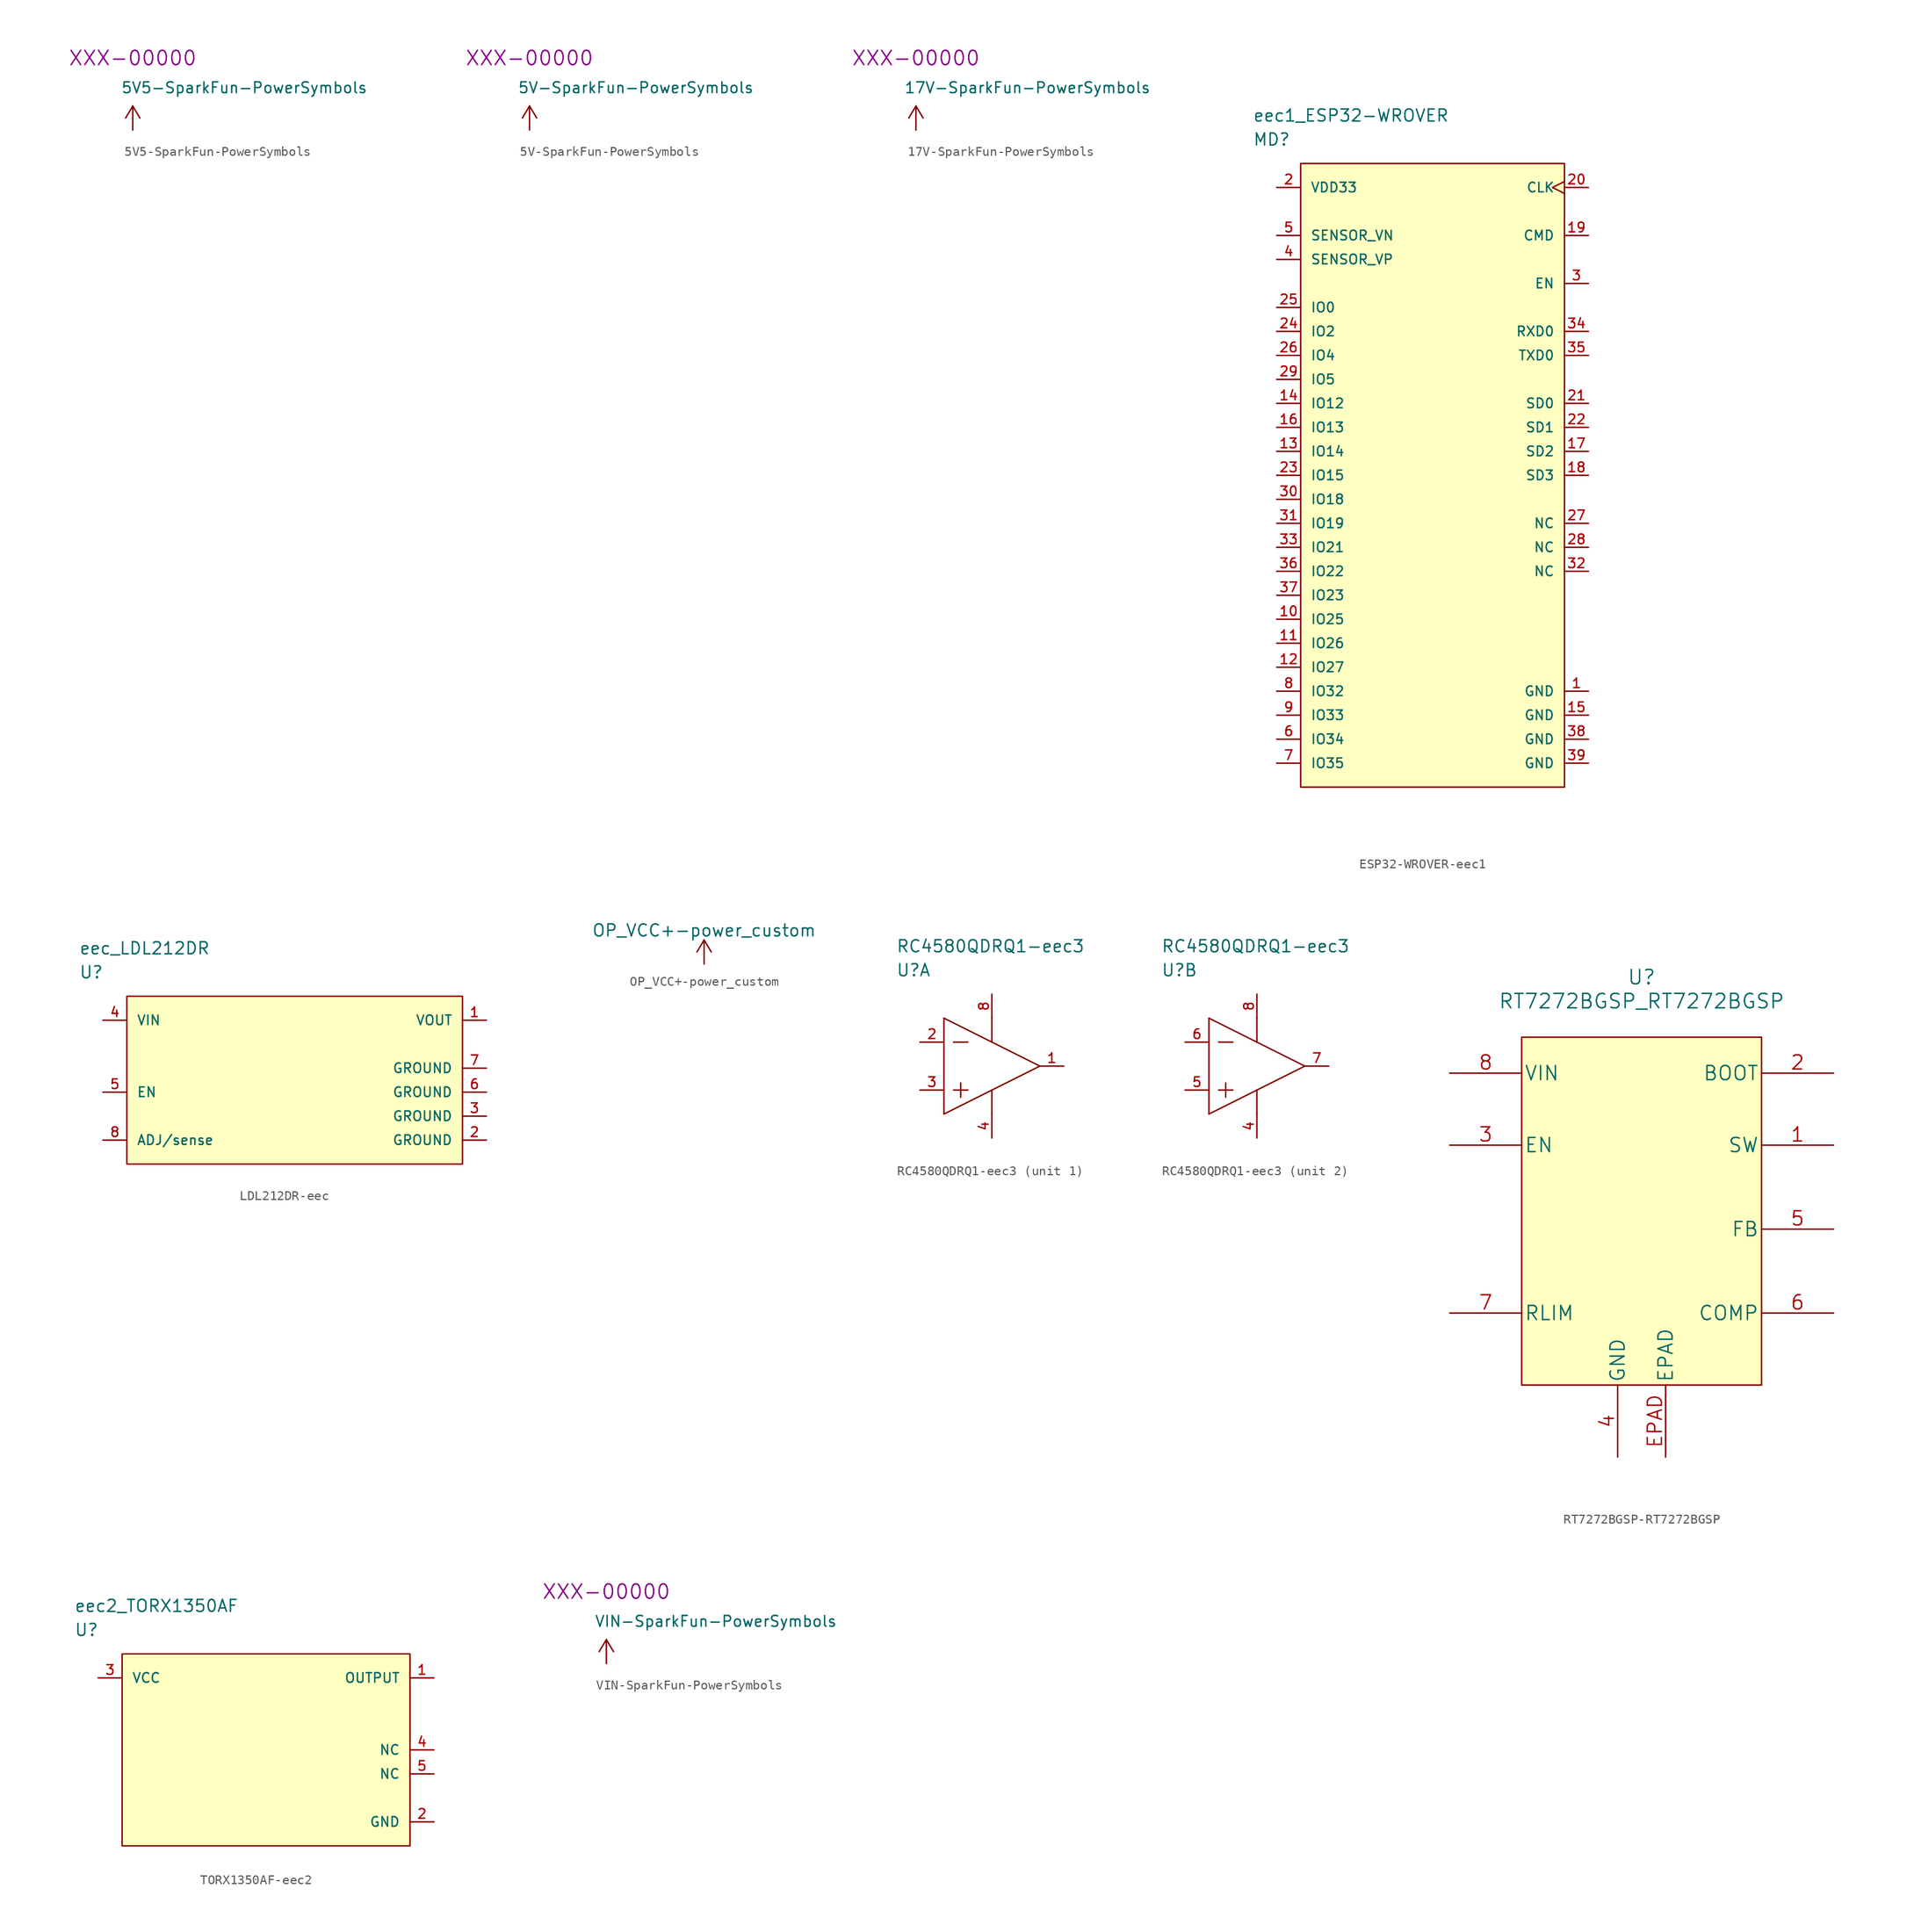
<source format=kicad_sym>
(kicad_symbol_lib
  (version 20220914)
  (generator kicad_symbol_editor)
  (symbol "5V5-SparkFun-PowerSymbols"
    (power)
    (pin_numbers hide)
    (pin_names
      (offset 1.016) hide)
    (property "Reference" "#SUPPLY"
      (at 1.27 0 0)
      (effects (font (size 1.143 1.143)) (justify left bottom) hide))
    (property "Value" "5V5-SparkFun-PowerSymbols"
      (at -1.27 3.81 0)
      (effects (font (size 1.143 1.143)) (justify left bottom)))
    (property "Footprint" "XXX-00000"
      (at 0 7.62 0)
      (effects (font (size 1.524 1.524))))
    (property "ki_locked" ""
      (at 0 0 0)
      (effects (font (size 1.27 1.27))))
    (symbol "5V5-SparkFun-PowerSymbols_1_0"
      (polyline (pts (xy 0 0) (xy 0 2.54)) (stroke (width 0) (type solid)) (fill (type none)))
      (polyline (pts (xy 0 2.54) (xy -0.762 1.27)) (stroke (width 0) (type solid)) (fill (type none)))
      (polyline (pts (xy 0.762 1.27) (xy 0 2.54)) (stroke (width 0) (type solid)) (fill (type none))))
    (symbol "5V5-SparkFun-PowerSymbols_1_1"
      (pin power_in line (at 0 0 90) (length 0) hide (name "VDD" (effects (font (size 1.016 1.016)))) (number "~" (effects (font (size 1.016 1.016)))))))
  (symbol "5V-SparkFun-PowerSymbols"
    (power)
    (pin_numbers hide)
    (pin_names
      (offset 1.016) hide)
    (property "Reference" "#SUPPLY"
      (at 1.27 0 0)
      (effects (font (size 1.143 1.143)) (justify left bottom) hide))
    (property "Value" "5V-SparkFun-PowerSymbols"
      (at -1.27 3.81 0)
      (effects (font (size 1.143 1.143)) (justify left bottom)))
    (property "Footprint" "XXX-00000"
      (at 0 7.62 0)
      (effects (font (size 1.524 1.524))))
    (property "ki_locked" ""
      (at 0 0 0)
      (effects (font (size 1.27 1.27))))
    (symbol "5V-SparkFun-PowerSymbols_1_0"
      (polyline (pts (xy 0 0) (xy 0 2.54)) (stroke (width 0) (type solid)) (fill (type none)))
      (polyline (pts (xy 0 2.54) (xy -0.762 1.27)) (stroke (width 0) (type solid)) (fill (type none)))
      (polyline (pts (xy 0.762 1.27) (xy 0 2.54)) (stroke (width 0) (type solid)) (fill (type none))))
    (symbol "5V-SparkFun-PowerSymbols_1_1"
      (pin power_in line (at 0 0 90) (length 0) hide (name "5V" (effects (font (size 1.016 1.016)))) (number "~" (effects (font (size 1.016 1.016)))))))
  (symbol "17V-SparkFun-PowerSymbols"
    (power)
    (pin_numbers hide)
    (pin_names
      (offset 1.016) hide)
    (property "Reference" "#SUPPLY"
      (at 1.27 0 0)
      (effects (font (size 1.143 1.143)) (justify left bottom) hide))
    (property "Value" "17V-SparkFun-PowerSymbols"
      (at -1.27 3.81 0)
      (effects (font (size 1.143 1.143)) (justify left bottom)))
    (property "Footprint" "XXX-00000"
      (at 0 7.62 0)
      (effects (font (size 1.524 1.524))))
    (property "ki_locked" ""
      (at 0 0 0)
      (effects (font (size 1.27 1.27))))
    (symbol "17V-SparkFun-PowerSymbols_1_0"
      (polyline (pts (xy 0 0) (xy 0 2.54)) (stroke (width 0) (type solid)) (fill (type none)))
      (polyline (pts (xy 0 2.54) (xy -0.762 1.27)) (stroke (width 0) (type solid)) (fill (type none)))
      (polyline (pts (xy 0.762 1.27) (xy 0 2.54)) (stroke (width 0) (type solid)) (fill (type none))))
    (symbol "17V-SparkFun-PowerSymbols_1_1"
      (pin power_in line (at 0 0 90) (length 0) hide (name "VDD" (effects (font (size 1.016 1.016)))) (number "~" (effects (font (size 1.016 1.016)))))))
  (symbol "ESP32-WROVER-eec1"
    (pin_names
      (offset 1.016))
    (property "Reference" "MD"
      (at 0 5.08 0)
      (effects (font (size 1.27 1.27)) (justify left)))
    (property "Value" "eec1_ESP32-WROVER"
      (at 0 7.62 0)
      (effects (font (size 1.27 1.27)) (justify left)))
    (property "ki_locked" ""
      (at 0 0 0)
      (effects (font (size 1.27 1.27))))
    (symbol "ESP32-WROVER-eec1_1_1"
      (rectangle (start 5.08 2.54) (end 33.02 -63.5) (stroke (width 0) (type solid)) (fill (type background)))
      (pin power_in line (at 35.56 -53.34 180) (length 2.54) (name "GND" (effects (font (size 1.016 1.016)))) (number "1" (effects (font (size 1.016 1.016)))))
      (pin bidirectional line (at 2.54 -45.72 0) (length 2.54) (name "IO25" (effects (font (size 1.016 1.016)))) (number "10" (effects (font (size 1.016 1.016)))))
      (pin bidirectional line (at 2.54 -48.26 0) (length 2.54) (name "IO26" (effects (font (size 1.016 1.016)))) (number "11" (effects (font (size 1.016 1.016)))))
      (pin bidirectional line (at 2.54 -50.8 0) (length 2.54) (name "IO27" (effects (font (size 1.016 1.016)))) (number "12" (effects (font (size 1.016 1.016)))))
      (pin bidirectional line (at 2.54 -27.94 0) (length 2.54) (name "IO14" (effects (font (size 1.016 1.016)))) (number "13" (effects (font (size 1.016 1.016)))))
      (pin bidirectional line (at 2.54 -22.86 0) (length 2.54) (name "IO12" (effects (font (size 1.016 1.016)))) (number "14" (effects (font (size 1.016 1.016)))))
      (pin power_in line (at 35.56 -55.88 180) (length 2.54) (name "GND" (effects (font (size 1.016 1.016)))) (number "15" (effects (font (size 1.016 1.016)))))
      (pin bidirectional line (at 2.54 -25.4 0) (length 2.54) (name "IO13" (effects (font (size 1.016 1.016)))) (number "16" (effects (font (size 1.016 1.016)))))
      (pin input line (at 35.56 -27.94 180) (length 2.54) (name "SD2" (effects (font (size 1.016 1.016)))) (number "17" (effects (font (size 1.016 1.016)))))
      (pin input line (at 35.56 -30.48 180) (length 2.54) (name "SD3" (effects (font (size 1.016 1.016)))) (number "18" (effects (font (size 1.016 1.016)))))
      (pin input line (at 35.56 -5.08 180) (length 2.54) (name "CMD" (effects (font (size 1.016 1.016)))) (number "19" (effects (font (size 1.016 1.016)))))
      (pin power_in line (at 2.54 0 0) (length 2.54) (name "VDD33" (effects (font (size 1.016 1.016)))) (number "2" (effects (font (size 1.016 1.016)))))
      (pin input clock (at 35.56 0 180) (length 2.54) (name "CLK" (effects (font (size 1.016 1.016)))) (number "20" (effects (font (size 1.016 1.016)))))
      (pin input line (at 35.56 -22.86 180) (length 2.54) (name "SD0" (effects (font (size 1.016 1.016)))) (number "21" (effects (font (size 1.016 1.016)))))
      (pin input line (at 35.56 -25.4 180) (length 2.54) (name "SD1" (effects (font (size 1.016 1.016)))) (number "22" (effects (font (size 1.016 1.016)))))
      (pin bidirectional line (at 2.54 -30.48 0) (length 2.54) (name "IO15" (effects (font (size 1.016 1.016)))) (number "23" (effects (font (size 1.016 1.016)))))
      (pin bidirectional line (at 2.54 -15.24 0) (length 2.54) (name "IO2" (effects (font (size 1.016 1.016)))) (number "24" (effects (font (size 1.016 1.016)))))
      (pin bidirectional line (at 2.54 -12.7 0) (length 2.54) (name "IO0" (effects (font (size 1.016 1.016)))) (number "25" (effects (font (size 1.016 1.016)))))
      (pin bidirectional line (at 2.54 -17.78 0) (length 2.54) (name "IO4" (effects (font (size 1.016 1.016)))) (number "26" (effects (font (size 1.016 1.016)))))
      (pin passive line (at 35.56 -35.56 180) (length 2.54) (name "NC" (effects (font (size 1.016 1.016)))) (number "27" (effects (font (size 1.016 1.016)))))
      (pin passive line (at 35.56 -38.1 180) (length 2.54) (name "NC" (effects (font (size 1.016 1.016)))) (number "28" (effects (font (size 1.016 1.016)))))
      (pin bidirectional line (at 2.54 -20.32 0) (length 2.54) (name "IO5" (effects (font (size 1.016 1.016)))) (number "29" (effects (font (size 1.016 1.016)))))
      (pin input line (at 35.56 -10.16 180) (length 2.54) (name "EN" (effects (font (size 1.016 1.016)))) (number "3" (effects (font (size 1.016 1.016)))))
      (pin bidirectional line (at 2.54 -33.02 0) (length 2.54) (name "IO18" (effects (font (size 1.016 1.016)))) (number "30" (effects (font (size 1.016 1.016)))))
      (pin bidirectional line (at 2.54 -35.56 0) (length 2.54) (name "IO19" (effects (font (size 1.016 1.016)))) (number "31" (effects (font (size 1.016 1.016)))))
      (pin passive line (at 35.56 -40.64 180) (length 2.54) (name "NC" (effects (font (size 1.016 1.016)))) (number "32" (effects (font (size 1.016 1.016)))))
      (pin bidirectional line (at 2.54 -38.1 0) (length 2.54) (name "IO21" (effects (font (size 1.016 1.016)))) (number "33" (effects (font (size 1.016 1.016)))))
      (pin input line (at 35.56 -15.24 180) (length 2.54) (name "RXD0" (effects (font (size 1.016 1.016)))) (number "34" (effects (font (size 1.016 1.016)))))
      (pin output line (at 35.56 -17.78 180) (length 2.54) (name "TXD0" (effects (font (size 1.016 1.016)))) (number "35" (effects (font (size 1.016 1.016)))))
      (pin bidirectional line (at 2.54 -40.64 0) (length 2.54) (name "IO22" (effects (font (size 1.016 1.016)))) (number "36" (effects (font (size 1.016 1.016)))))
      (pin bidirectional line (at 2.54 -43.18 0) (length 2.54) (name "IO23" (effects (font (size 1.016 1.016)))) (number "37" (effects (font (size 1.016 1.016)))))
      (pin power_in line (at 35.56 -58.42 180) (length 2.54) (name "GND" (effects (font (size 1.016 1.016)))) (number "38" (effects (font (size 1.016 1.016)))))
      (pin power_in line (at 35.56 -60.96 180) (length 2.54) (name "GND" (effects (font (size 1.016 1.016)))) (number "39" (effects (font (size 1.016 1.016)))))
      (pin bidirectional line (at 2.54 -7.62 0) (length 2.54) (name "SENSOR_VP" (effects (font (size 1.016 1.016)))) (number "4" (effects (font (size 1.016 1.016)))))
      (pin bidirectional line (at 2.54 -5.08 0) (length 2.54) (name "SENSOR_VN" (effects (font (size 1.016 1.016)))) (number "5" (effects (font (size 1.016 1.016)))))
      (pin bidirectional line (at 2.54 -58.42 0) (length 2.54) (name "IO34" (effects (font (size 1.016 1.016)))) (number "6" (effects (font (size 1.016 1.016)))))
      (pin bidirectional line (at 2.54 -60.96 0) (length 2.54) (name "IO35" (effects (font (size 1.016 1.016)))) (number "7" (effects (font (size 1.016 1.016)))))
      (pin bidirectional line (at 2.54 -53.34 0) (length 2.54) (name "IO32" (effects (font (size 1.016 1.016)))) (number "8" (effects (font (size 1.016 1.016)))))
      (pin bidirectional line (at 2.54 -55.88 0) (length 2.54) (name "IO33" (effects (font (size 1.016 1.016)))) (number "9" (effects (font (size 1.016 1.016)))))))
  (symbol "LDL212DR-eec"
    (pin_names
      (offset 1.016))
    (property "Reference" "U"
      (at 0 5.08 0)
      (effects (font (size 1.27 1.27)) (justify left)))
    (property "Value" "eec_LDL212DR"
      (at 0 7.62 0)
      (effects (font (size 1.27 1.27)) (justify left)))
    (property "ki_locked" ""
      (at 0 0 0)
      (effects (font (size 1.27 1.27))))
    (symbol "LDL212DR-eec_1_1"
      (rectangle (start 5.08 2.54) (end 40.64 -15.24) (stroke (width 0) (type solid)) (fill (type background)))
      (pin power_in line (at 43.18 0 180) (length 2.54) (name "VOUT" (effects (font (size 1.016 1.016)))) (number "1" (effects (font (size 1.016 1.016)))))
      (pin power_in line (at 43.18 -12.7 180) (length 2.54) (name "GROUND" (effects (font (size 1.016 1.016)))) (number "2" (effects (font (size 1.016 1.016)))))
      (pin power_in line (at 43.18 -10.16 180) (length 2.54) (name "GROUND" (effects (font (size 1.016 1.016)))) (number "3" (effects (font (size 1.016 1.016)))))
      (pin power_in line (at 2.54 0 0) (length 2.54) (name "VIN" (effects (font (size 1.016 1.016)))) (number "4" (effects (font (size 1.016 1.016)))))
      (pin input line (at 2.54 -7.62 0) (length 2.54) (name "EN" (effects (font (size 1.016 1.016)))) (number "5" (effects (font (size 1.016 1.016)))))
      (pin power_in line (at 43.18 -7.62 180) (length 2.54) (name "GROUND" (effects (font (size 1.016 1.016)))) (number "6" (effects (font (size 1.016 1.016)))))
      (pin power_in line (at 43.18 -5.08 180) (length 2.54) (name "GROUND" (effects (font (size 1.016 1.016)))) (number "7" (effects (font (size 1.016 1.016)))))
      (pin input line (at 2.54 -12.7 0) (length 2.54) (name "ADJ/sense" (effects (font (size 1.016 1.016)))) (number "8" (effects (font (size 1.016 1.016)))))))
  (symbol "OP_VCC+-power_custom"
    (power)
    (pin_names
      (offset 0))
    (property "Reference" "#PWR"
      (at 0 -3.81 0)
      (effects (font (size 1.27 1.27)) hide))
    (property "Value" "OP_VCC+-power_custom"
      (at 0 3.556 0)
      (effects (font (size 1.27 1.27))))
    (symbol "OP_VCC+-power_custom_0_1"
      (polyline (pts (xy -0.762 1.27) (xy 0 2.54)) (stroke (width 0) (type solid)) (fill (type none)))
      (polyline (pts (xy 0 0) (xy 0 2.54)) (stroke (width 0) (type solid)) (fill (type none)))
      (polyline (pts (xy 0 2.54) (xy 0.762 1.27)) (stroke (width 0) (type solid)) (fill (type none))))
    (symbol "OP_VCC+-power_custom_1_1"
      (pin power_in line (at 0 0 90) (length 0) hide (name "+12VA" (effects (font (size 1.27 1.27)))) (number "1" (effects (font (size 1.27 1.27)))))))
  (symbol "RC4580QDRQ1-eec3"
    (pin_names
      (offset 1.016))
    (property "Reference" "U"
      (at 0 7.62 0)
      (effects (font (size 1.27 1.27)) (justify left)))
    (property "Value" "RC4580QDRQ1-eec3"
      (at 0 10.16 0)
      (effects (font (size 1.27 1.27)) (justify left)))
    (property "ki_locked" ""
      (at 0 0 0)
      (effects (font (size 1.27 1.27))))
    (symbol "RC4580QDRQ1-eec3_1_1"
      (polyline (pts (xy 5.08 -7.62) (xy 15.24 -2.54)) (stroke (width 0) (type solid)) (fill (type none)))
      (polyline (pts (xy 5.08 2.54) (xy 5.08 -7.62)) (stroke (width 0) (type solid)) (fill (type none)))
      (polyline (pts (xy 5.08 2.54) (xy 15.24 -2.54)) (stroke (width 0) (type solid)) (fill (type none)))
      (polyline (pts (xy 6.096 -5.08) (xy 7.62 -5.08)) (stroke (width 0) (type solid)) (fill (type none)))
      (polyline (pts (xy 6.096 0) (xy 7.62 0)) (stroke (width 0) (type solid)) (fill (type none)))
      (polyline (pts (xy 6.858 -4.318) (xy 6.858 -5.842)) (stroke (width 0) (type solid)) (fill (type none)))
      (polyline (pts (xy 10.16 -5.08) (xy 10.16 -7.62)) (stroke (width 0) (type solid)) (fill (type none)))
      (polyline (pts (xy 10.16 2.54) (xy 10.16 0)) (stroke (width 0) (type solid)) (fill (type none)))
      (pin output line (at 17.78 -2.54 180) (length 2.54) (name "OUT1" (effects (font (size 0 0)))) (number "1" (effects (font (size 1.016 1.016)))))
      (pin input line (at 2.54 0 0) (length 2.54) (name "IN1-" (effects (font (size 0 0)))) (number "2" (effects (font (size 1.016 1.016)))))
      (pin input line (at 2.54 -5.08 0) (length 2.54) (name "IN1+" (effects (font (size 0 0)))) (number "3" (effects (font (size 1.016 1.016)))))
      (pin power_in line (at 10.16 -10.16 90) (length 2.54) (name "VCC-" (effects (font (size 0 0)))) (number "4" (effects (font (size 1.016 1.016)))))
      (pin power_in line (at 10.16 5.08 270) (length 2.54) (name "VCC+" (effects (font (size 0 0)))) (number "8" (effects (font (size 1.016 1.016))))))
    (symbol "RC4580QDRQ1-eec3_2_1"
      (polyline (pts (xy 5.08 -7.62) (xy 15.24 -2.54)) (stroke (width 0) (type solid)) (fill (type none)))
      (polyline (pts (xy 5.08 2.54) (xy 5.08 -7.62)) (stroke (width 0) (type solid)) (fill (type none)))
      (polyline (pts (xy 5.08 2.54) (xy 15.24 -2.54)) (stroke (width 0) (type solid)) (fill (type none)))
      (polyline (pts (xy 6.096 -5.08) (xy 7.62 -5.08)) (stroke (width 0) (type solid)) (fill (type none)))
      (polyline (pts (xy 6.096 0) (xy 7.62 0)) (stroke (width 0) (type solid)) (fill (type none)))
      (polyline (pts (xy 6.858 -4.318) (xy 6.858 -5.842)) (stroke (width 0) (type solid)) (fill (type none)))
      (polyline (pts (xy 10.16 -5.08) (xy 10.16 -7.62)) (stroke (width 0) (type solid)) (fill (type none)))
      (polyline (pts (xy 10.16 2.54) (xy 10.16 0)) (stroke (width 0) (type solid)) (fill (type none)))
      (pin power_in line (at 10.16 -10.16 90) (length 2.54) (name "VCC-" (effects (font (size 0 0)))) (number "4" (effects (font (size 1.016 1.016)))))
      (pin input line (at 2.54 -5.08 0) (length 2.54) (name "IN2+" (effects (font (size 0 0)))) (number "5" (effects (font (size 1.016 1.016)))))
      (pin input line (at 2.54 0 0) (length 2.54) (name "IN2-" (effects (font (size 0 0)))) (number "6" (effects (font (size 1.016 1.016)))))
      (pin output line (at 17.78 -2.54 180) (length 2.54) (name "OUT2" (effects (font (size 0 0)))) (number "7" (effects (font (size 1.016 1.016)))))
      (pin power_in line (at 10.16 5.08 270) (length 2.54) (name "VCC+" (effects (font (size 0 0)))) (number "8" (effects (font (size 1.016 1.016)))))))
  (symbol "RT7272BGSP-RT7272BGSP"
    (pin_names
      (offset 0.254))
    (property "Reference" "U"
      (at 12.7 6.35 0)
      (effects (font (size 1.524 1.524))))
    (property "Value" "RT7272BGSP_RT7272BGSP"
      (at 12.7 3.81 0)
      (effects (font (size 1.524 1.524))))
    (property "Datasheet" ""
      (at 33.02 -11.43 0)
      (effects (font (size 1.524 1.524))))
    (property "ki_locked" ""
      (at 0 0 0)
      (effects (font (size 1.27 1.27))))
    (symbol "RT7272BGSP-RT7272BGSP_1_1"
      (rectangle (start 0 0) (end 25.4 -36.83) (stroke (width 0) (type solid)) (fill (type background)))
      (pin unspecified line (at 33.02 -11.43 180) (length 7.62) (name "SW" (effects (font (size 1.499 1.499)))) (number "1" (effects (font (size 1.499 1.499)))))
      (pin unspecified line (at 33.02 -3.81 180) (length 7.62) (name "BOOT" (effects (font (size 1.499 1.499)))) (number "2" (effects (font (size 1.499 1.499)))))
      (pin input line (at -7.62 -11.43 0) (length 7.62) (name "EN" (effects (font (size 1.499 1.499)))) (number "3" (effects (font (size 1.499 1.499)))))
      (pin power_in line (at 10.16 -44.45 90) (length 7.62) (name "GND" (effects (font (size 1.499 1.499)))) (number "4" (effects (font (size 1.499 1.499)))))
      (pin input line (at 33.02 -20.32 180) (length 7.62) (name "FB" (effects (font (size 1.499 1.499)))) (number "5" (effects (font (size 1.499 1.499)))))
      (pin unspecified line (at 33.02 -29.21 180) (length 7.62) (name "COMP" (effects (font (size 1.499 1.499)))) (number "6" (effects (font (size 1.499 1.499)))))
      (pin unspecified line (at -7.62 -29.21 0) (length 7.62) (name "RLIM" (effects (font (size 1.499 1.499)))) (number "7" (effects (font (size 1.499 1.499)))))
      (pin power_in line (at -7.62 -3.81 0) (length 7.62) (name "VIN" (effects (font (size 1.499 1.499)))) (number "8" (effects (font (size 1.499 1.499)))))
      (pin power_in line (at 15.24 -44.45 90) (length 7.62) (name "EPAD" (effects (font (size 1.499 1.499)))) (number "EPAD" (effects (font (size 1.499 1.499)))))))
  (symbol "TORX1350AF-eec2"
    (pin_names
      (offset 1.016))
    (property "Reference" "U"
      (at 0 5.08 0)
      (effects (font (size 1.27 1.27)) (justify left)))
    (property "Value" "eec2_TORX1350AF"
      (at 0 7.62 0)
      (effects (font (size 1.27 1.27)) (justify left)))
    (property "ki_locked" ""
      (at 0 0 0)
      (effects (font (size 1.27 1.27))))
    (symbol "TORX1350AF-eec2_1_1"
      (rectangle (start 5.08 2.54) (end 35.56 -17.78) (stroke (width 0) (type solid)) (fill (type background)))
      (pin output line (at 38.1 0 180) (length 2.54) (name "OUTPUT" (effects (font (size 1.016 1.016)))) (number "1" (effects (font (size 1.016 1.016)))))
      (pin power_in line (at 38.1 -15.24 180) (length 2.54) (name "GND" (effects (font (size 1.016 1.016)))) (number "2" (effects (font (size 1.016 1.016)))))
      (pin power_in line (at 2.54 0 0) (length 2.54) (name "VCC" (effects (font (size 1.016 1.016)))) (number "3" (effects (font (size 1.016 1.016)))))
      (pin passive line (at 38.1 -7.62 180) (length 2.54) (name "NC" (effects (font (size 1.016 1.016)))) (number "4" (effects (font (size 1.016 1.016)))))
      (pin passive line (at 38.1 -10.16 180) (length 2.54) (name "NC" (effects (font (size 1.016 1.016)))) (number "5" (effects (font (size 1.016 1.016)))))))
  (symbol "VIN-SparkFun-PowerSymbols"
    (power)
    (pin_numbers hide)
    (pin_names
      (offset 1.016) hide)
    (property "Reference" "#SUPPLY"
      (at 1.27 0 0)
      (effects (font (size 1.143 1.143)) (justify left bottom) hide))
    (property "Value" "VIN-SparkFun-PowerSymbols"
      (at -1.27 3.81 0)
      (effects (font (size 1.143 1.143)) (justify left bottom)))
    (property "Footprint" "XXX-00000"
      (at 0 7.62 0)
      (effects (font (size 1.524 1.524))))
    (property "ki_locked" ""
      (at 0 0 0)
      (effects (font (size 1.27 1.27))))
    (symbol "VIN-SparkFun-PowerSymbols_1_0"
      (polyline (pts (xy 0 0) (xy 0 2.54)) (stroke (width 0) (type solid)) (fill (type none)))
      (polyline (pts (xy 0 2.54) (xy -0.762 1.27)) (stroke (width 0) (type solid)) (fill (type none)))
      (polyline (pts (xy 0.762 1.27) (xy 0 2.54)) (stroke (width 0) (type solid)) (fill (type none))))
    (symbol "VIN-SparkFun-PowerSymbols_1_1"
      (pin power_in line (at 0 0 90) (length 0) hide (name "VIN" (effects (font (size 1.016 1.016)))) (number "~" (effects (font (size 1.016 1.016))))))))
</source>
